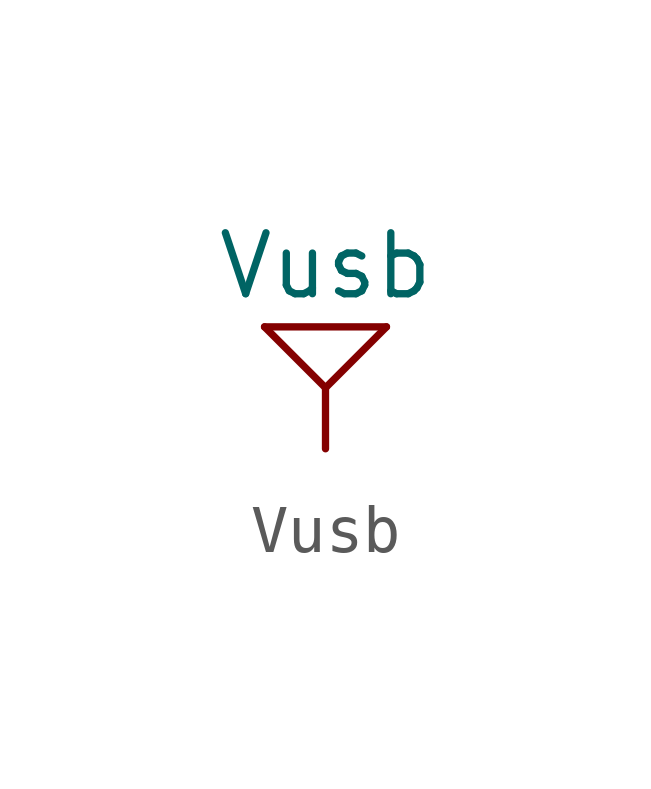
<source format=kicad_sym>
(kicad_symbol_lib
  (version 20211014)
  (generator kicad_symbol_editor)
  (symbol "Vusb"
    (power)
    (pin_names
      (offset 0))
    (property "Reference" "#PWR"
      (at 0 -2.54 0)
      (effects (font (size 1.27 1.27)) hide))
    (property "Value" "Vusb"
      (at 0 3.81 0)
      (effects (font (size 1.27 1.27))))
    (symbol "Vusb_0_1"
      (rectangle (start -1.27 2.54) (end 1.27 2.54) (stroke (width 0) (type default) (color 0 0 0 0)) (fill (type none)))
      (polyline (pts (xy -1.27 2.54) (xy 0 1.27)) (stroke (width 0) (type default) (color 0 0 0 0)) (fill (type none)))
      (polyline (pts (xy 0 0) (xy 0 1.27)) (stroke (width 0) (type default) (color 0 0 0 0)) (fill (type none)))
      (polyline (pts (xy 0 1.27) (xy 1.27 2.54)) (stroke (width 0) (type default) (color 0 0 0 0)) (fill (type none))))
    (symbol "Vusb_1_1"
      (pin power_in line (at 0 0 180) (length 0) hide (name "Vusb" (effects (font (size 1.27 1.27)))) (number "1" (effects (font (size 1.27 1.27))))))))
</source>
